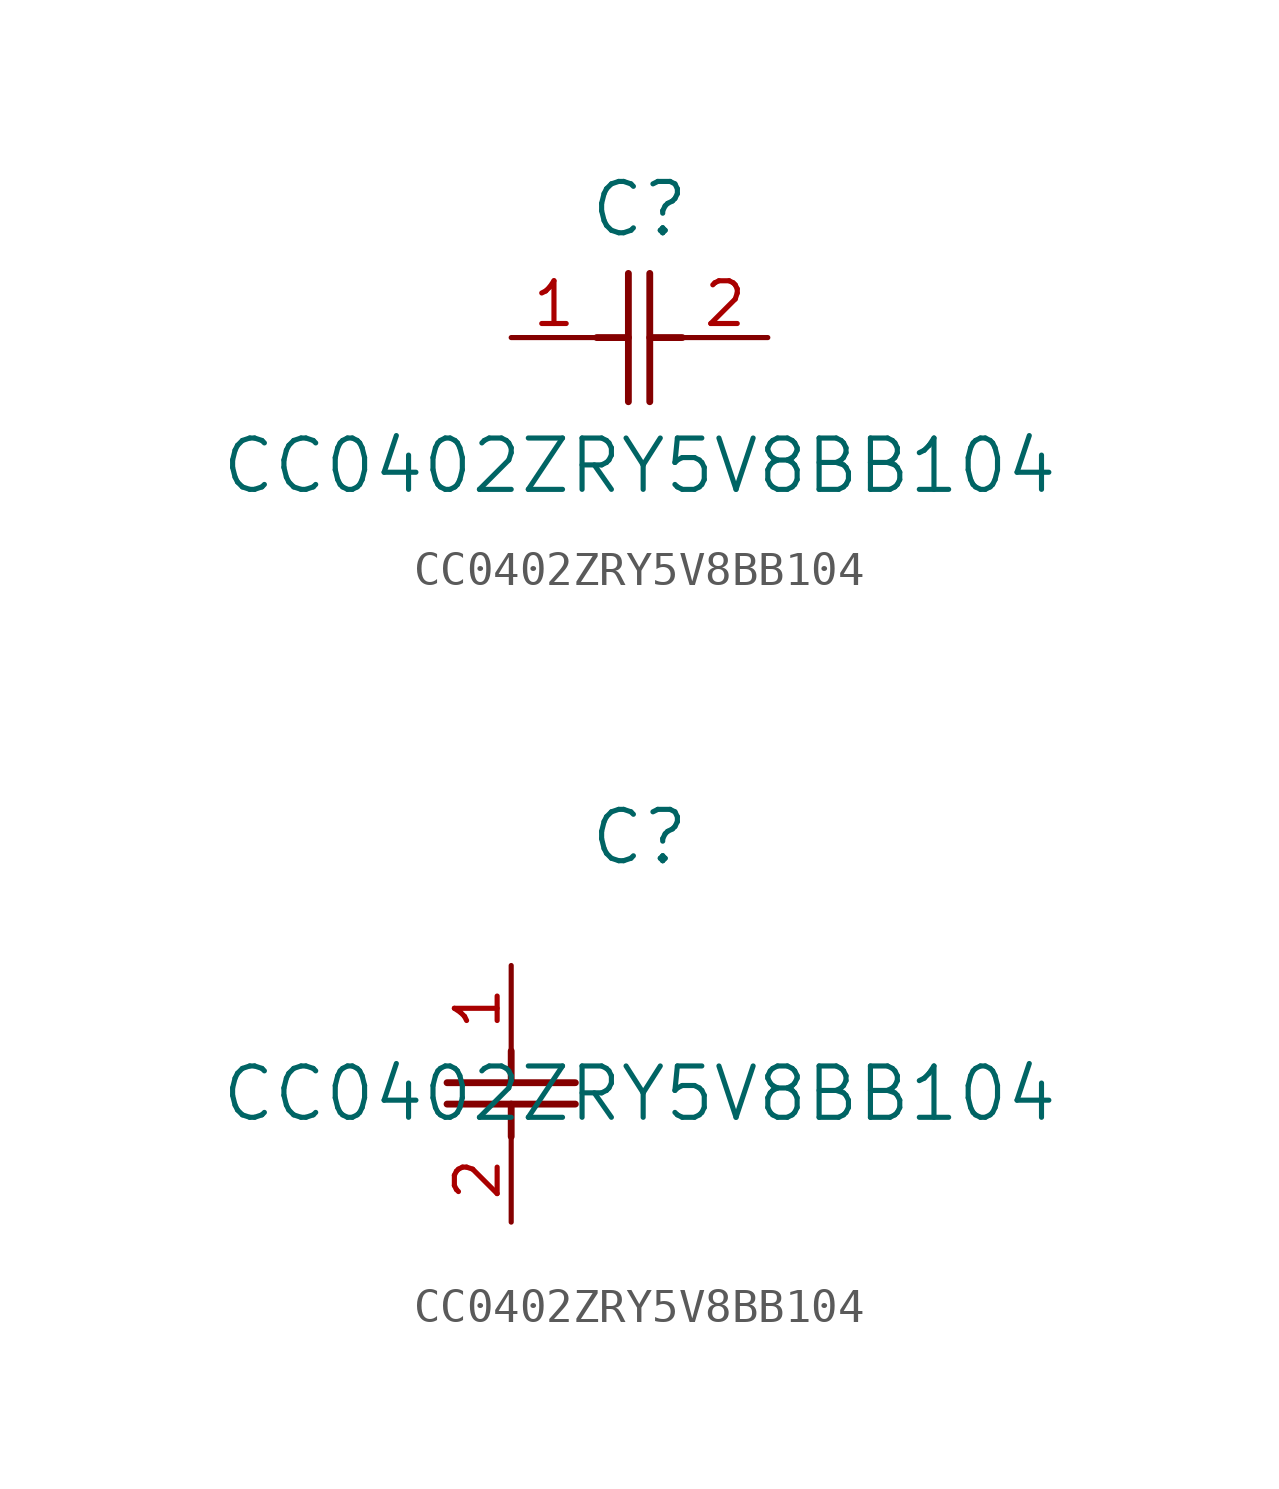
<source format=kicad_sym>
(kicad_symbol_lib
  (version 20211014)
  (generator kicad_symbol_editor)
  (symbol "CC0402ZRY5V8BB104"
    (pin_names
      (offset 0.254))
    (property "Reference" "C"
      (at 3.81 3.81 0)
      (effects (font (size 1.524 1.524))))
    (property "Value" "CC0402ZRY5V8BB104"
      (at 3.81 -3.81 0)
      (effects (font (size 1.524 1.524))))
    (symbol "CC0402ZRY5V8BB104_1_1"
      (polyline (pts (xy 3.48 -1.905) (xy 3.48 1.905)) (stroke (width 0.203) (type default) (color 0 0 0 0)) (fill (type none)))
      (polyline (pts (xy 4.115 -1.905) (xy 4.115 1.905)) (stroke (width 0.203) (type default) (color 0 0 0 0)) (fill (type none)))
      (polyline (pts (xy 4.115 0) (xy 5.08 0)) (stroke (width 0.203) (type default) (color 0 0 0 0)) (fill (type none)))
      (polyline (pts (xy 2.54 0) (xy 3.48 0)) (stroke (width 0.203) (type default) (color 0 0 0 0)) (fill (type none)))
      (pin unspecified line (at 0 0 0) (length 2.54) (name "" (effects (font (size 1.27 1.27)))) (number "1" (effects (font (size 1.27 1.27)))))
      (pin unspecified line (at 7.62 0 180) (length 2.54) (name "" (effects (font (size 1.27 1.27)))) (number "2" (effects (font (size 1.27 1.27))))))
    (symbol "CC0402ZRY5V8BB104_1_2"
      (polyline (pts (xy -1.905 -3.48) (xy 1.905 -3.48)) (stroke (width 0.203) (type default) (color 0 0 0 0)) (fill (type none)))
      (polyline (pts (xy -1.905 -4.115) (xy 1.905 -4.115)) (stroke (width 0.203) (type default) (color 0 0 0 0)) (fill (type none)))
      (polyline (pts (xy 0 -4.115) (xy 0 -5.08)) (stroke (width 0.203) (type default) (color 0 0 0 0)) (fill (type none)))
      (polyline (pts (xy 0 -2.54) (xy 0 -3.48)) (stroke (width 0.203) (type default) (color 0 0 0 0)) (fill (type none)))
      (pin unspecified line (at 0 0 270) (length 2.54) (name "" (effects (font (size 1.27 1.27)))) (number "1" (effects (font (size 1.27 1.27)))))
      (pin unspecified line (at 0 -7.62 90) (length 2.54) (name "" (effects (font (size 1.27 1.27)))) (number "2" (effects (font (size 1.27 1.27))))))))
</source>
